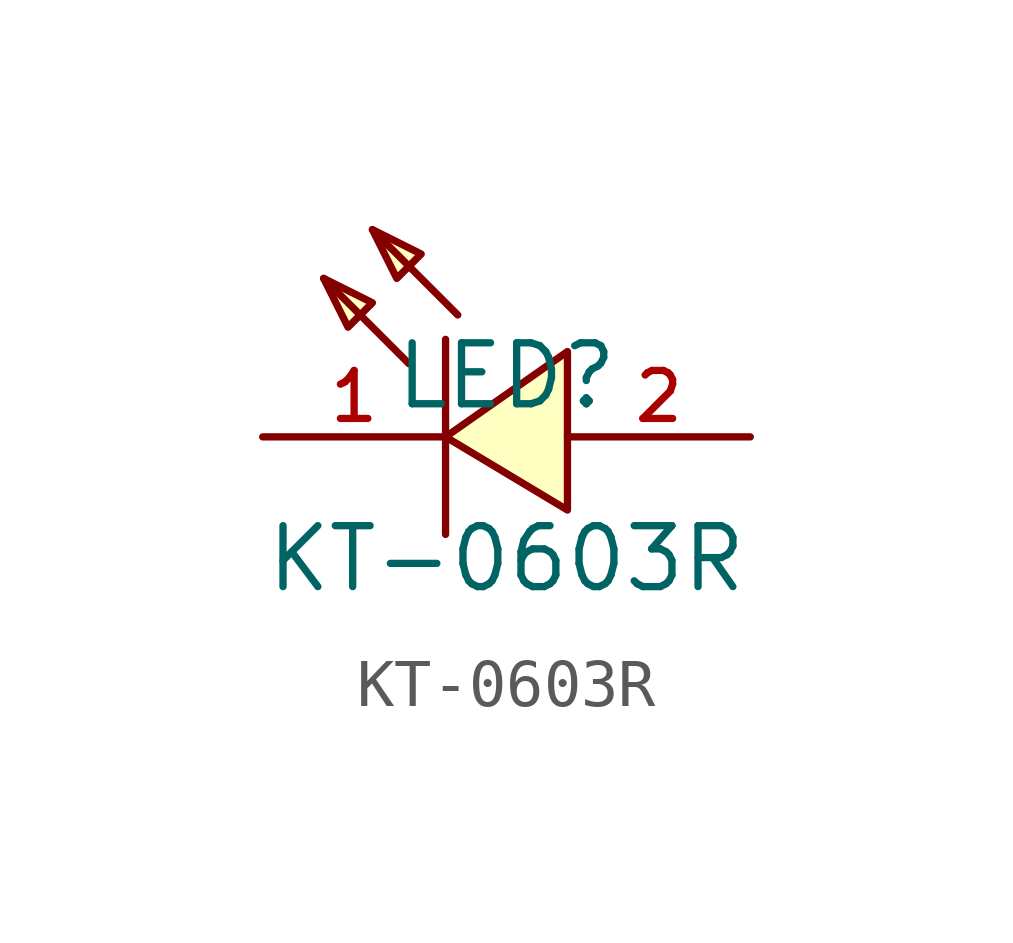
<source format=kicad_sym>
(kicad_symbol_lib
  (version 20210201)
  (generator TousstNicolas/JLC2KiCad_lib)
  (symbol "KT-0603R"
    (pin_names hide)
    (property "Reference" "LED"
      (at 0 1.27 0)
      (effects (font (size 1.27 1.27))))
    (property "Value" "KT-0603R"
      (at 0 -2.54 0)
      (effects (font (size 1.27 1.27))))
    (symbol "KT-0603R_0_1"
      (polyline (pts (xy -3.81 3.302) (xy -2.794 2.794) (xy -3.302 2.286) (xy -3.81 3.302)) (stroke (width 0) (type default) (color 0 0 0 0)) (fill (type background)))
      (polyline (pts (xy -2.794 4.318) (xy -1.778 3.81) (xy -2.286 3.302) (xy -2.794 4.318)) (stroke (width 0) (type default) (color 0 0 0 0)) (fill (type background)))
      (pin unspecified line (at -5.08 -0.0 0) (length 3.81) (name "K" (effects (font (size 1 1)))) (number "1" (effects (font (size 1 1)))))
      (polyline (pts (xy -2.032 1.524) (xy -3.81 3.302)) (stroke (width 0) (type default) (color 0 0 0 0)) (fill (type none)))
      (polyline (pts (xy -1.016 2.54) (xy -2.794 4.318)) (stroke (width 0) (type default) (color 0 0 0 0)) (fill (type none)))
      (pin unspecified line (at 5.08 -0.0 180) (length 3.81) (name "A" (effects (font (size 1 1)))) (number "2" (effects (font (size 1 1)))))
      (polyline (pts (xy -1.27 2.032) (xy -1.27 -2.032)) (stroke (width 0) (type default) (color 0 0 0 0)) (fill (type none)))
      (polyline (pts (xy 1.27 -1.524) (xy -1.27 -0.0) (xy 1.27 1.778) (xy 1.27 -1.524)) (stroke (width 0) (type default) (color 0 0 0 0)) (fill (type background))))))
</source>
